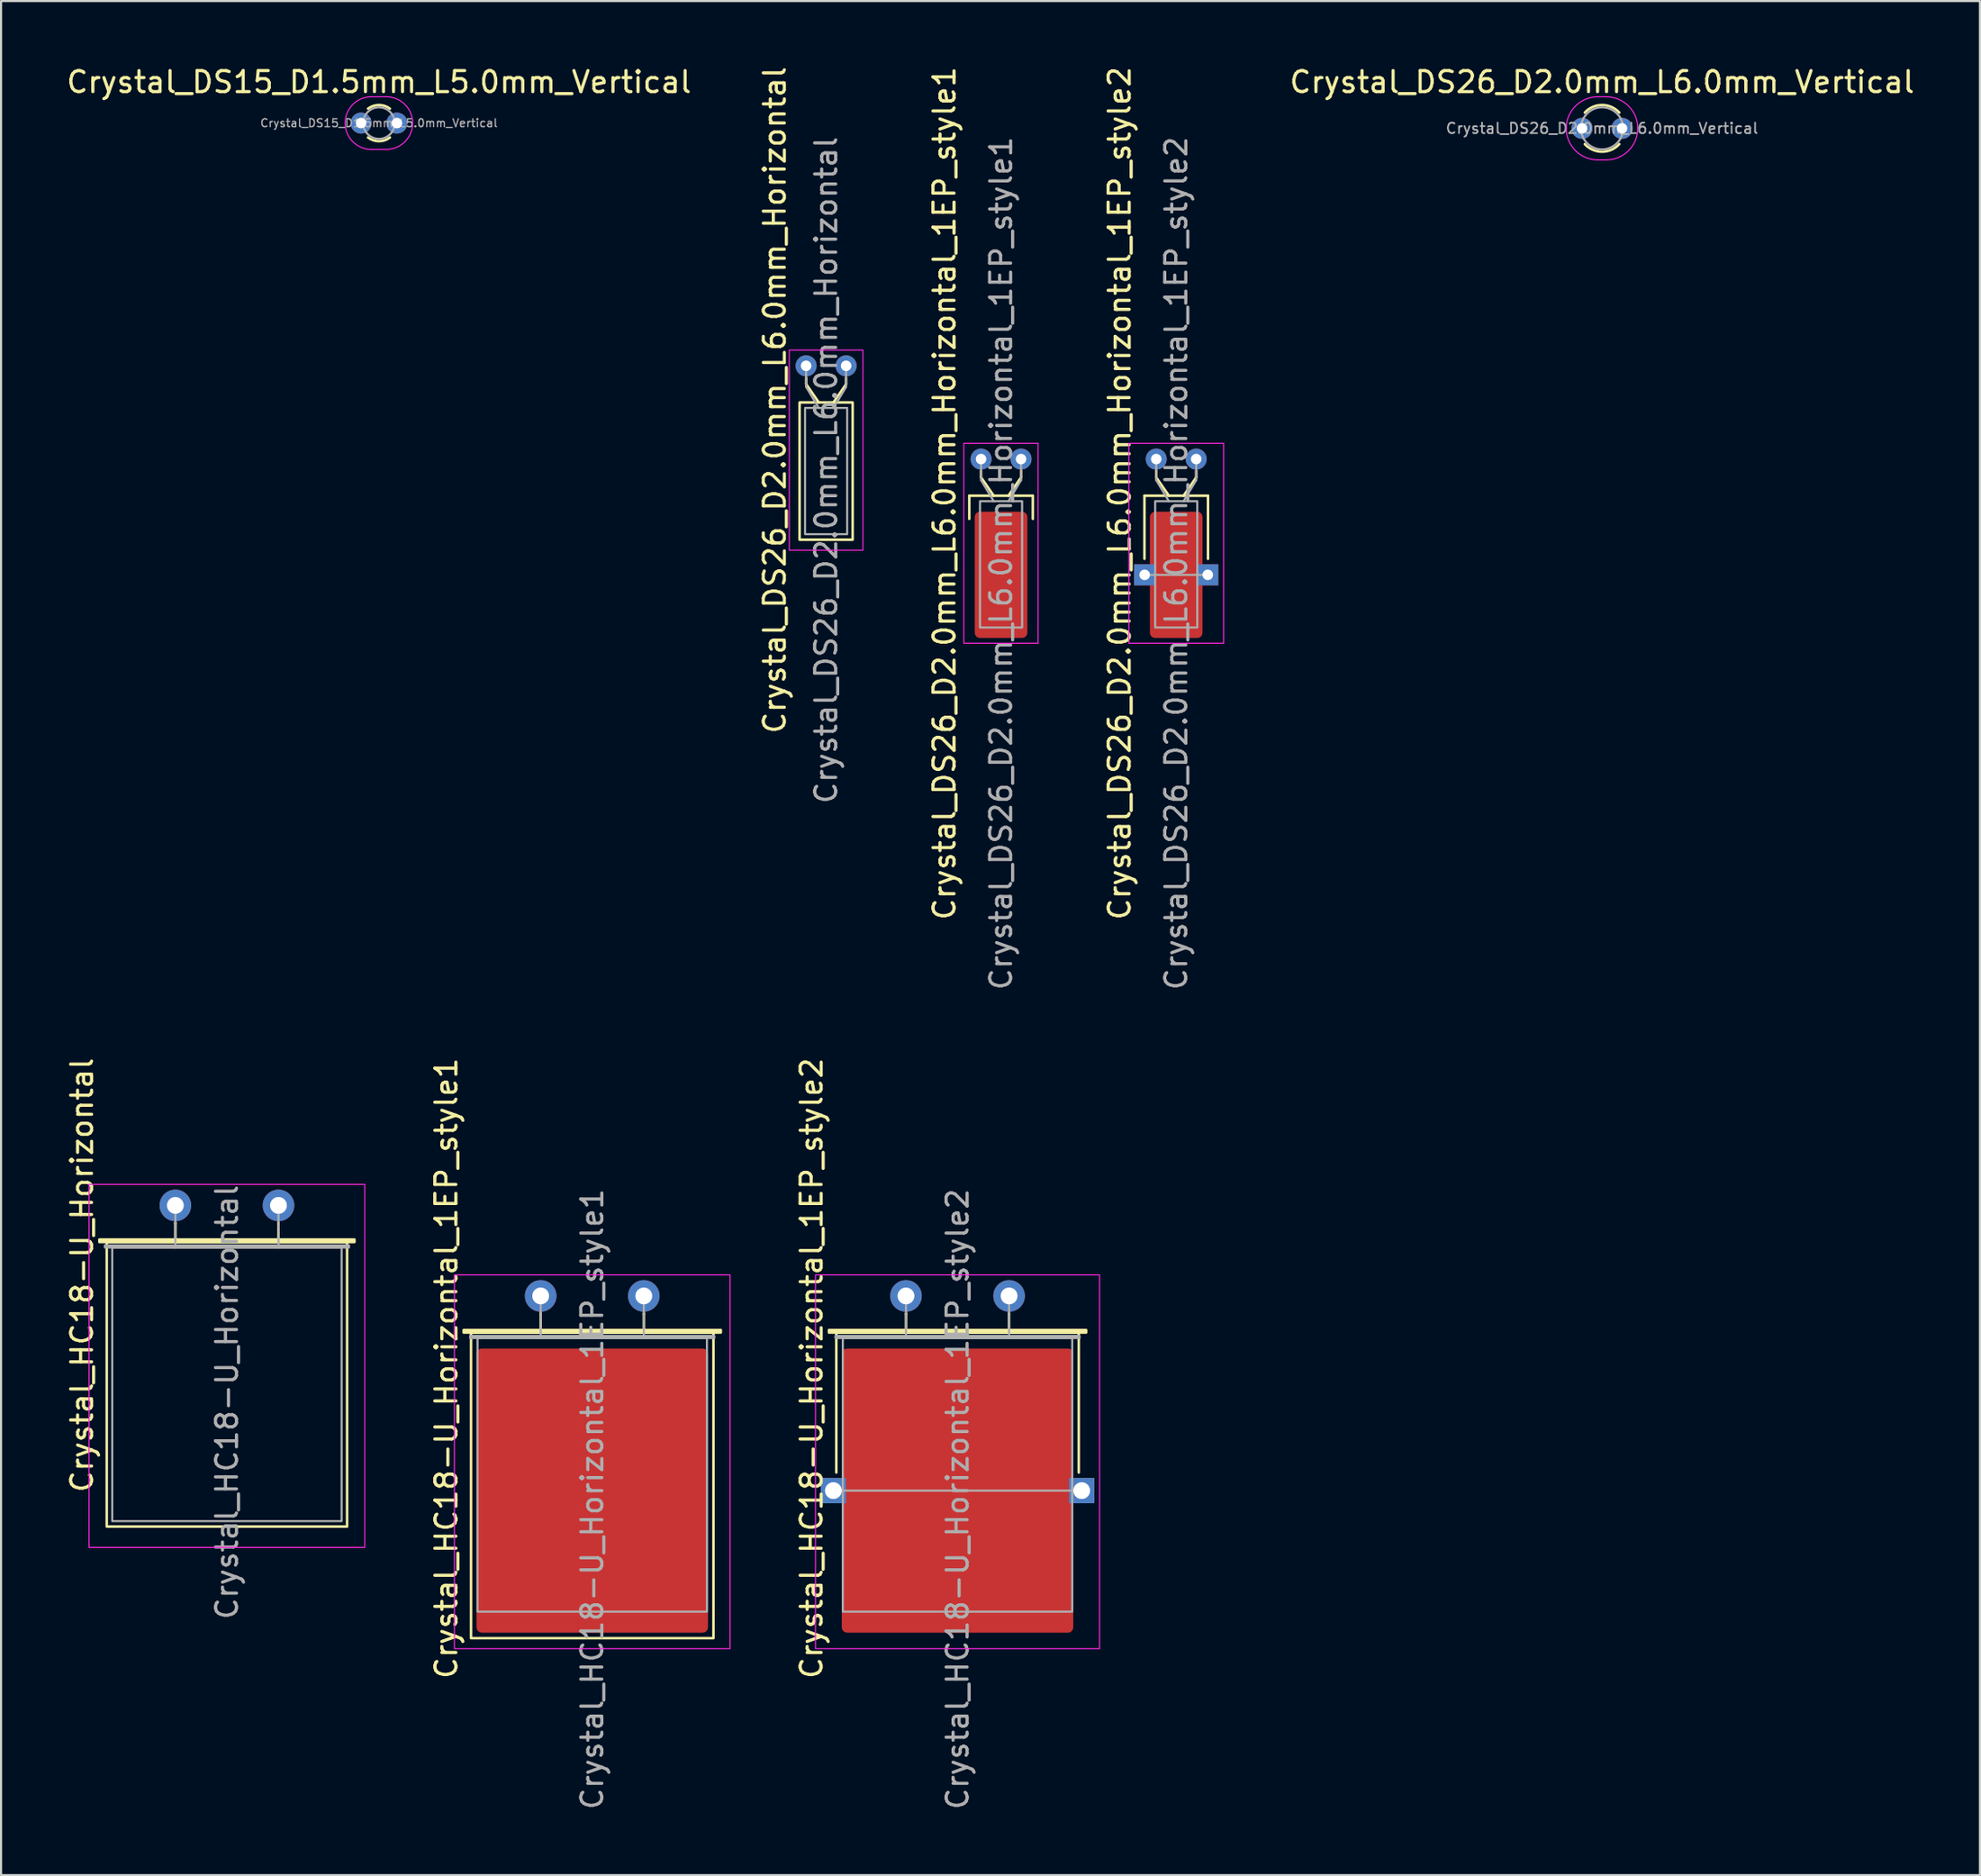
<source format=kicad_pcb>
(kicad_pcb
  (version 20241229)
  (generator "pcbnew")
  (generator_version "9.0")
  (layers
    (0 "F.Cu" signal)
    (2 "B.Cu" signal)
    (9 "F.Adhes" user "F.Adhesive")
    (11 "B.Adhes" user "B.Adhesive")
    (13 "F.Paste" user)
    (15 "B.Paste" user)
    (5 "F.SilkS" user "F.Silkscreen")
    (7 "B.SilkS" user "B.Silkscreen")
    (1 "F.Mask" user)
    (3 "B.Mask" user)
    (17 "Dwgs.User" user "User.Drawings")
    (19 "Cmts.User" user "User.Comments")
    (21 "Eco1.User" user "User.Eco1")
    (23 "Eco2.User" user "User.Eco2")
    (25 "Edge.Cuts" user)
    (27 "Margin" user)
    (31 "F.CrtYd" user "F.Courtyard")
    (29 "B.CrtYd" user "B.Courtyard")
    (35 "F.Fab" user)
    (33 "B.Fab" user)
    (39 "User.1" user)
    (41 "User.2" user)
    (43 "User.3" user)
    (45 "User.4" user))
  (footprint "Crystal_DS26_D2.0mm_L6.0mm_Horizontal_1EP_style1"
    (layer "F.Cu")
    (at 43.568 18.762)
    (property "Reference" "Crystal_DS26_D2.0mm_L6.0mm_Horizontal_1EP_style1" (at -1.74 1.625 90) (layer "F.SilkS") (effects (font (size 1 1) (thickness 0.15))))
    (attr through_hole)
    (fp_line (start -0.56 1.74) (end 2.46 1.74) (stroke (width 0.12) (type solid)) (layer "F.SilkS"))
    (fp_line (start -0.56 2.84) (end -0.56 1.74) (stroke (width 0.12) (type solid)) (layer "F.SilkS"))
    (fp_line (start 0 0.87) (end 0 0.56) (stroke (width 0.12) (type solid)) (layer "F.SilkS"))
    (fp_line (start 0.6 1.74) (end 0 0.87) (stroke (width 0.12) (type solid)) (layer "F.SilkS"))
    (fp_line (start 1.3 1.74) (end 1.9 0.87) (stroke (width 0.12) (type solid)) (layer "F.SilkS"))
    (fp_line (start 1.9 0.87) (end 1.9 0.56) (stroke (width 0.12) (type solid)) (layer "F.SilkS"))
    (fp_line (start 2.46 1.74) (end 2.46 2.84) (stroke (width 0.12) (type solid)) (layer "F.SilkS"))
    (fp_rect (start -0.82 -0.75) (end 2.71 8.75) (stroke (width 0.05) (type solid)) (fill no) (layer "F.CrtYd"))
    (fp_line (start 0 1) (end 0 0) (stroke (width 0.1) (type solid)) (layer "F.Fab"))
    (fp_line (start 0.6 2) (end 0 1) (stroke (width 0.1) (type solid)) (layer "F.Fab"))
    (fp_line (start 1.3 2) (end 1.9 1) (stroke (width 0.1) (type solid)) (layer "F.Fab"))
    (fp_line (start 1.9 1) (end 1.9 0) (stroke (width 0.1) (type solid)) (layer "F.Fab"))
    (fp_rect (start -0.05 2) (end 1.95 8) (stroke (width 0.1) (type solid)) (fill no) (layer "F.Fab"))
    (fp_text user "${REFERENCE}" (at 0.95 4.95 90) (layer "F.Fab") (effects (font (size 1 1) (thickness 0.15))))
    (pad "1" thru_hole circle (at 0 0) (size 1 1) (drill 0.5) (layers "*.Cu" "*.Mask"))
    (pad "2" thru_hole circle (at 1.9 0) (size 1 1) (drill 0.5) (layers "*.Cu" "*.Mask"))
    (pad "3" smd roundrect (at 0.95 5.5) (size 2.5 6) (layers "F.Cu" "F.Mask" "F.Paste") (roundrect_rratio 0.1)))
  (footprint "Crystal_DS26_D2.0mm_L6.0mm_Horizontal_1EP_style2"
    (layer "F.Cu")
    (at 51.891 18.762)
    (property "Reference" "Crystal_DS26_D2.0mm_L6.0mm_Horizontal_1EP_style2" (at -1.74 1.625 90) (layer "F.SilkS") (effects (font (size 1 1) (thickness 0.15))))
    (attr through_hole)
    (fp_line (start -0.56 1.74) (end 2.46 1.74) (stroke (width 0.12) (type solid)) (layer "F.SilkS"))
    (fp_line (start -0.56 4.74) (end -0.56 1.74) (stroke (width 0.12) (type solid)) (layer "F.SilkS"))
    (fp_line (start 0 0.87) (end 0 0.56) (stroke (width 0.12) (type solid)) (layer "F.SilkS"))
    (fp_line (start 0.6 1.74) (end 0 0.87) (stroke (width 0.12) (type solid)) (layer "F.SilkS"))
    (fp_line (start 1.3 1.74) (end 1.9 0.87) (stroke (width 0.12) (type solid)) (layer "F.SilkS"))
    (fp_line (start 1.9 0.87) (end 1.9 0.56) (stroke (width 0.12) (type solid)) (layer "F.SilkS"))
    (fp_line (start 2.46 1.74) (end 2.46 4.74) (stroke (width 0.12) (type solid)) (layer "F.SilkS"))
    (fp_rect (start -1.3 -0.75) (end 3.2 8.75) (stroke (width 0.05) (type solid)) (fill no) (layer "F.CrtYd"))
    (fp_line (start -0.55 5.5) (end 2.45 5.5) (stroke (width 0.1) (type solid)) (layer "F.Fab"))
    (fp_line (start 0 1) (end 0 0) (stroke (width 0.1) (type solid)) (layer "F.Fab"))
    (fp_line (start 0.6 2) (end 0 1) (stroke (width 0.1) (type solid)) (layer "F.Fab"))
    (fp_line (start 1.3 2) (end 1.9 1) (stroke (width 0.1) (type solid)) (layer "F.Fab"))
    (fp_line (start 1.9 1) (end 1.9 0) (stroke (width 0.1) (type solid)) (layer "F.Fab"))
    (fp_rect (start -0.05 2) (end 1.95 8) (stroke (width 0.1) (type solid)) (fill no) (layer "F.Fab"))
    (fp_text user "${REFERENCE}" (at 0.95 4.95 90) (layer "F.Fab") (effects (font (size 1 1) (thickness 0.15))))
    (pad "1" thru_hole circle (at 0 0) (size 1 1) (drill 0.5) (layers "*.Cu" "*.Mask"))
    (pad "2" thru_hole circle (at 1.9 0) (size 1 1) (drill 0.5) (layers "*.Cu" "*.Mask"))
    (pad "3" thru_hole rect (at -0.55 5.5) (size 1 1) (drill 0.5) (layers "*.Cu" "*.Mask"))
    (pad "3" smd roundrect (at 0.95 5.5) (size 2.5 6) (layers "F.Cu" "F.Mask" "F.Paste") (roundrect_rratio 0.1))
    (pad "3" thru_hole rect (at 2.45 5.5) (size 1 1) (drill 0.5) (layers "*.Cu" "*.Mask")))
  (footprint "Crystal_DS26_D2.0mm_L6.0mm_Horizontal"
    (layer "F.Cu")
    (at 35.255 14.331)
    (property "Reference" "Crystal_DS26_D2.0mm_L6.0mm_Horizontal" (at -1.49 1.627 90) (layer "F.SilkS") (effects (font (size 1 1) (thickness 0.15))))
    (attr through_hole)
    (fp_line (start 0 0.87) (end 0 0.56) (stroke (width 0.12) (type solid)) (layer "F.SilkS"))
    (fp_line (start 0.6 1.74) (end 0 0.87) (stroke (width 0.12) (type solid)) (layer "F.SilkS"))
    (fp_line (start 1.3 1.74) (end 1.9 0.87) (stroke (width 0.12) (type solid)) (layer "F.SilkS"))
    (fp_line (start 1.9 0.87) (end 1.9 0.56) (stroke (width 0.12) (type solid)) (layer "F.SilkS"))
    (fp_rect (start -0.31 1.74) (end 2.21 8.26) (stroke (width 0.12) (type solid)) (fill no) (layer "F.SilkS"))
    (fp_rect (start -0.8 -0.75) (end 2.7 8.76) (stroke (width 0.05) (type solid)) (fill no) (layer "F.CrtYd"))
    (fp_line (start 0 1) (end 0 0) (stroke (width 0.1) (type solid)) (layer "F.Fab"))
    (fp_line (start 0.6 2) (end 0 1) (stroke (width 0.1) (type solid)) (layer "F.Fab"))
    (fp_line (start 1.3 2) (end 1.9 1) (stroke (width 0.1) (type solid)) (layer "F.Fab"))
    (fp_line (start 1.9 1) (end 1.9 0) (stroke (width 0.1) (type solid)) (layer "F.Fab"))
    (fp_rect (start -0.05 2) (end 1.95 8) (stroke (width 0.1) (type solid)) (fill no) (layer "F.Fab"))
    (fp_text user "${REFERENCE}" (at 0.95 4.956 90) (layer "F.Fab") (effects (font (size 1 1) (thickness 0.15))))
    (pad "1" thru_hole circle (at 0 0) (size 1 1) (drill 0.5) (layers "*.Cu" "*.Mask"))
    (pad "2" thru_hole circle (at 1.9 0) (size 1 1) (drill 0.5) (layers "*.Cu" "*.Mask")))
  (footprint "Crystal_HC18-U_Horizontal"
    (layer "F.Cu")
    (at 5.283 54.221)
    (property "Reference" "Crystal_HC18-U_Horizontal" (at -4.435 3.312 90) (layer "F.SilkS") (effects (font (size 1 1) (thickness 0.15))))
    (attr through_hole)
    (fp_line (start 0 0.87) (end 0 0.81) (stroke (width 0.12) (type solid)) (layer "F.SilkS"))
    (fp_line (start 0 1.74) (end 0 0.87) (stroke (width 0.12) (type solid)) (layer "F.SilkS"))
    (fp_line (start 4.9 0.87) (end 4.9 0.81) (stroke (width 0.12) (type solid)) (layer "F.SilkS"))
    (fp_line (start 4.9 1.74) (end 4.9 0.87) (stroke (width 0.12) (type solid)) (layer "F.SilkS"))
    (fp_rect (start -3.61 1.62) (end 8.51 1.74) (stroke (width 0.12) (type solid)) (fill no) (layer "F.SilkS"))
    (fp_rect (start -3.26 1.74) (end 8.16 15.26) (stroke (width 0.12) (type solid)) (fill no) (layer "F.SilkS"))
    (fp_rect (start -4.1 -1) (end 9 16.25) (stroke (width 0.05) (type solid)) (fill no) (layer "F.CrtYd"))
    (fp_line (start 0 1) (end 0 0) (stroke (width 0.1) (type solid)) (layer "F.Fab"))
    (fp_line (start 0 2) (end 0 1) (stroke (width 0.1) (type solid)) (layer "F.Fab"))
    (fp_line (start 4.9 1) (end 4.9 0) (stroke (width 0.1) (type solid)) (layer "F.Fab"))
    (fp_line (start 4.9 2) (end 4.9 1) (stroke (width 0.1) (type solid)) (layer "F.Fab"))
    (fp_rect (start -3.35 1.9) (end 8.25 2) (stroke (width 0.1) (type solid)) (fill no) (layer "F.Fab"))
    (fp_rect (start -3 2) (end 7.9 15) (stroke (width 0.1) (type solid)) (fill no) (layer "F.Fab"))
    (fp_text user "${REFERENCE}" (at 2.45 9.35 90) (layer "F.Fab") (effects (font (size 1 1) (thickness 0.15))))
    (pad "1" thru_hole circle (at 0 0) (size 1.5 1.5) (drill 0.8) (layers "*.Cu" "*.Mask"))
    (pad "2" thru_hole circle (at 4.9 0) (size 1.5 1.5) (drill 0.8) (layers "*.Cu" "*.Mask")))
  (footprint "Crystal_HC18-U_Horizontal_1EP_style1"
    (layer "F.Cu")
    (at 22.642 58.522)
    (property "Reference" "Crystal_HC18-U_Horizontal_1EP_style1" (at -4.485 3.44 90) (layer "F.SilkS") (effects (font (size 1 1) (thickness 0.15))))
    (attr through_hole)
    (fp_line (start 0 0.87) (end 0 0.81) (stroke (width 0.12) (type solid)) (layer "F.SilkS"))
    (fp_line (start 0 1.74) (end 0 0.87) (stroke (width 0.12) (type solid)) (layer "F.SilkS"))
    (fp_line (start 4.9 0.87) (end 4.9 0.81) (stroke (width 0.12) (type solid)) (layer "F.SilkS"))
    (fp_line (start 4.9 1.74) (end 4.9 0.87) (stroke (width 0.12) (type solid)) (layer "F.SilkS"))
    (fp_rect (start -3.66 1.62) (end 8.56 1.74) (stroke (width 0.12) (type solid)) (fill no) (layer "F.SilkS"))
    (fp_rect (start -3.31 1.74) (end 8.21 16.26) (stroke (width 0.12) (type solid)) (fill no) (layer "F.SilkS"))
    (fp_rect (start -4.1 -1) (end 9 16.76) (stroke (width 0.05) (type solid)) (fill no) (layer "F.CrtYd"))
    (fp_line (start 0 1) (end 0 0) (stroke (width 0.1) (type solid)) (layer "F.Fab"))
    (fp_line (start 0 2) (end 0 1) (stroke (width 0.1) (type solid)) (layer "F.Fab"))
    (fp_line (start 4.9 1) (end 4.9 0) (stroke (width 0.1) (type solid)) (layer "F.Fab"))
    (fp_line (start 4.9 2) (end 4.9 1) (stroke (width 0.1) (type solid)) (layer "F.Fab"))
    (fp_rect (start -3.35 1.9) (end 8.25 2) (stroke (width 0.1) (type solid)) (fill no) (layer "F.Fab"))
    (fp_rect (start -3 2) (end 7.9 15) (stroke (width 0.1) (type solid)) (fill no) (layer "F.Fab"))
    (fp_text user "${REFERENCE}" (at 2.45 9.656 90) (layer "F.Fab") (effects (font (size 1 1) (thickness 0.15))))
    (pad "1" thru_hole circle (at 0 0) (size 1.5 1.5) (drill 0.8) (layers "*.Cu" "*.Mask"))
    (pad "2" thru_hole circle (at 4.9 0) (size 1.5 1.5) (drill 0.8) (layers "*.Cu" "*.Mask"))
    (pad "3" smd roundrect (at 2.45 9.25) (size 11 13.5) (layers "F.Cu" "F.Mask" "F.Paste") (roundrect_rratio 0.023)))
  (footprint "Crystal_HC18-U_Horizontal_1EP_style2"
    (layer "F.Cu")
    (at 40 58.522)
    (property "Reference" "Crystal_HC18-U_Horizontal_1EP_style2" (at -4.485 3.44 90) (layer "F.SilkS") (effects (font (size 1 1) (thickness 0.15))))
    (attr through_hole)
    (fp_line (start -3.31 1.74) (end 8.21 1.74) (stroke (width 0.12) (type solid)) (layer "F.SilkS"))
    (fp_line (start -3.31 8.39) (end -3.31 1.74) (stroke (width 0.12) (type solid)) (layer "F.SilkS"))
    (fp_line (start 0 0.87) (end 0 0.81) (stroke (width 0.12) (type solid)) (layer "F.SilkS"))
    (fp_line (start 0 1.74) (end 0 0.87) (stroke (width 0.12) (type solid)) (layer "F.SilkS"))
    (fp_line (start 4.9 0.87) (end 4.9 0.81) (stroke (width 0.12) (type solid)) (layer "F.SilkS"))
    (fp_line (start 4.9 1.74) (end 4.9 0.87) (stroke (width 0.12) (type solid)) (layer "F.SilkS"))
    (fp_line (start 8.21 1.74) (end 8.21 8.39) (stroke (width 0.12) (type solid)) (layer "F.SilkS"))
    (fp_rect (start -3.66 1.62) (end 8.56 1.74) (stroke (width 0.12) (type solid)) (fill no) (layer "F.SilkS"))
    (fp_rect (start -4.3 -1) (end 9.2 16.76) (stroke (width 0.05) (type solid)) (fill no) (layer "F.CrtYd"))
    (fp_line (start -3.45 9.25) (end 8.35 9.25) (stroke (width 0.1) (type solid)) (layer "F.Fab"))
    (fp_line (start 0 1) (end 0 0) (stroke (width 0.1) (type solid)) (layer "F.Fab"))
    (fp_line (start 0 2) (end 0 1) (stroke (width 0.1) (type solid)) (layer "F.Fab"))
    (fp_line (start 4.9 1) (end 4.9 0) (stroke (width 0.1) (type solid)) (layer "F.Fab"))
    (fp_line (start 4.9 2) (end 4.9 1) (stroke (width 0.1) (type solid)) (layer "F.Fab"))
    (fp_rect (start -3.35 1.9) (end 8.25 2) (stroke (width 0.1) (type solid)) (fill no) (layer "F.Fab"))
    (fp_rect (start -3 2) (end 7.9 15) (stroke (width 0.1) (type solid)) (fill no) (layer "F.Fab"))
    (fp_text user "${REFERENCE}" (at 2.45 9.656 90) (layer "F.Fab") (effects (font (size 1 1) (thickness 0.15))))
    (pad "1" thru_hole circle (at 0 0) (size 1.5 1.5) (drill 0.8) (layers "*.Cu" "*.Mask"))
    (pad "2" thru_hole circle (at 4.9 0) (size 1.5 1.5) (drill 0.8) (layers "*.Cu" "*.Mask"))
    (pad "3" thru_hole rect (at -3.45 9.25) (size 1.2 1.2) (drill 0.8) (layers "*.Cu" "*.Mask"))
    (pad "3" smd roundrect (at 2.45 9.25) (size 11 13.5) (layers "F.Cu" "F.Mask" "F.Paste") (roundrect_rratio 0.023))
    (pad "3" thru_hole rect (at 8.35 9.25) (size 1.2 1.2) (drill 0.8) (layers "*.Cu" "*.Mask")))
  (footprint "Crystal_DS26_D2.0mm_L6.0mm_Vertical"
    (layer "F.Cu")
    (at 72.125 3.048)
    (property "Reference" "Crystal_DS26_D2.0mm_L6.0mm_Vertical" (at 0.95 -2.2 0) (layer "F.SilkS") (effects (font (size 1 1) (thickness 0.15))))
    (attr through_hole)
    (fp_arc (start 0.131 -0.749) (mid 0.95 -1.11) (end 1.769 -0.749) (stroke (width 0.12) (type solid)) (layer "F.SilkS"))
    (fp_arc (start 1.769 0.749) (mid 0.95 1.11) (end 0.131 0.749) (stroke (width 0.12) (type solid)) (layer "F.SilkS"))
    (fp_line (start 0.75 -1.5) (end 1.15 -1.5) (stroke (width 0.05) (type solid)) (layer "F.CrtYd"))
    (fp_line (start 1.15 1.5) (end 0.75 1.5) (stroke (width 0.05) (type solid)) (layer "F.CrtYd"))
    (fp_arc (start 0.75 1.5) (mid -0.75 0) (end 0.75 -1.5) (stroke (width 0.05) (type solid)) (layer "F.CrtYd"))
    (fp_arc (start 1.15 -1.5) (mid 2.65 0) (end 1.15 1.5) (stroke (width 0.05) (type solid)) (layer "F.CrtYd"))
    (fp_circle (center 0.95 0) (end 1.95 0) (stroke (width 0.1) (type solid)) (fill no) (layer "F.Fab"))
    (fp_text user "${REFERENCE}" (at 0.95 0 0) (layer "F.Fab") (effects (font (size 0.5 0.5) (thickness 0.08))))
    (pad "1" thru_hole circle (at 0 0) (size 1 1) (drill 0.5) (layers "*.Cu" "*.Mask"))
    (pad "2" thru_hole circle (at 1.9 0) (size 1 1) (drill 0.5) (layers "*.Cu" "*.Mask")))
  (footprint "Crystal_DS15_D1.5mm_L5.0mm_Vertical"
    (layer "F.Cu")
    (at 14.108 2.798)
    (property "Reference" "Crystal_DS15_D1.5mm_L5.0mm_Vertical" (at 0.85 -1.95 0) (layer "F.SilkS") (effects (font (size 1 1) (thickness 0.15))))
    (attr through_hole)
    (fp_arc (start 0.33 -0.685) (mid 0.85 -0.86) (end 1.37 -0.685) (stroke (width 0.12) (type solid)) (layer "F.SilkS"))
    (fp_arc (start 1.37 0.685) (mid 0.85 0.86) (end 0.33 0.685) (stroke (width 0.12) (type solid)) (layer "F.SilkS"))
    (fp_line (start 0.49 -1.25) (end 1.2 -1.25) (stroke (width 0.05) (type solid)) (layer "F.CrtYd"))
    (fp_line (start 1.2 1.25) (end 0.49 1.25) (stroke (width 0.05) (type solid)) (layer "F.CrtYd"))
    (fp_arc (start 0.49 1.25) (mid -0.76 0) (end 0.49 -1.25) (stroke (width 0.05) (type solid)) (layer "F.CrtYd"))
    (fp_arc (start 1.2 -1.25) (mid 2.45 0) (end 1.2 1.25) (stroke (width 0.05) (type solid)) (layer "F.CrtYd"))
    (fp_circle (center 0.85 0) (end 1.6 0) (stroke (width 0.1) (type solid)) (fill no) (layer "F.Fab"))
    (fp_text user "${REFERENCE}" (at 0.85 0 0) (layer "F.Fab") (effects (font (size 0.38 0.38) (thickness 0.06))))
    (pad "1" thru_hole circle (at 0 0) (size 1 1) (drill 0.5) (layers "*.Cu" "*.Mask"))
    (pad "2" thru_hole circle (at 1.7 0) (size 1 1) (drill 0.5) (layers "*.Cu" "*.Mask")))
  (gr_rect
    (start -3 -3)
    (end 91.033 86.041)
    (stroke (width 0.1) (type default))
    (fill no)
    (layer "Edge.Cuts")))
</source>
